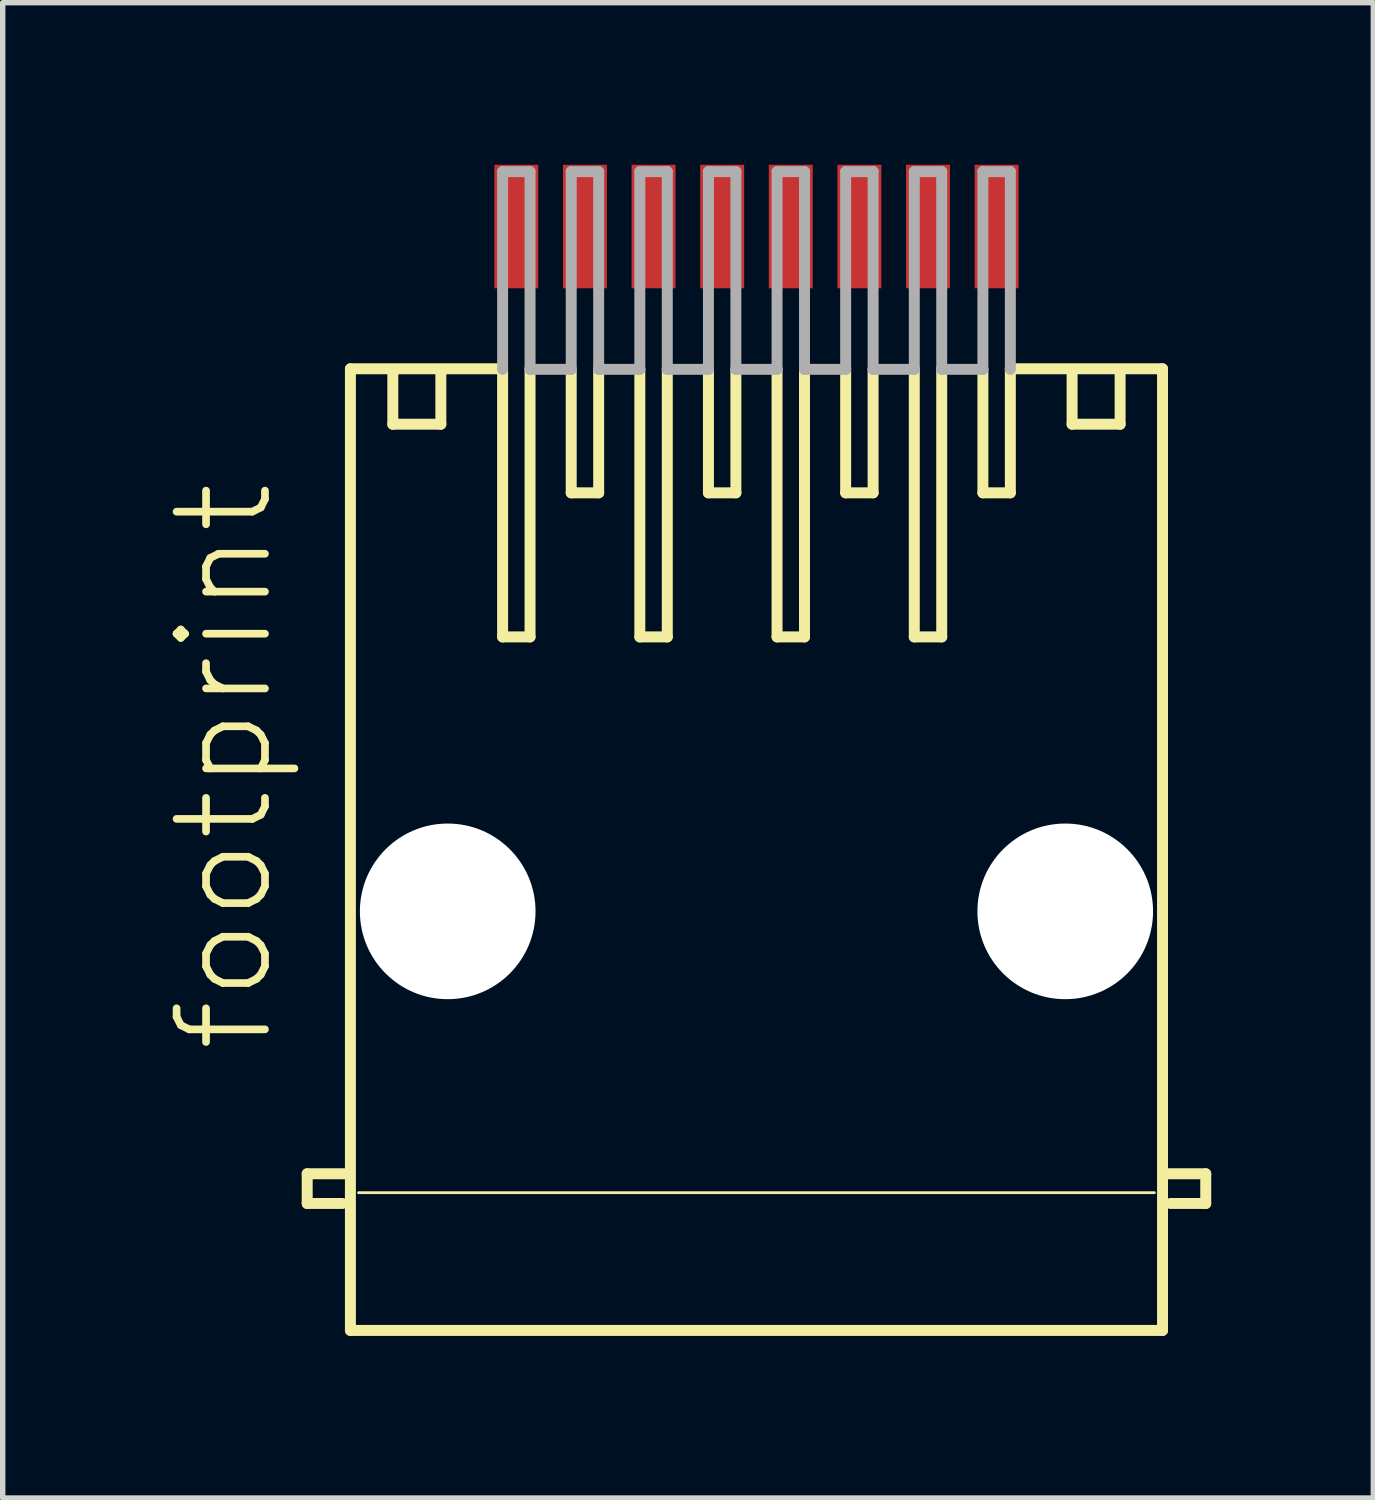
<source format=kicad_pcb>
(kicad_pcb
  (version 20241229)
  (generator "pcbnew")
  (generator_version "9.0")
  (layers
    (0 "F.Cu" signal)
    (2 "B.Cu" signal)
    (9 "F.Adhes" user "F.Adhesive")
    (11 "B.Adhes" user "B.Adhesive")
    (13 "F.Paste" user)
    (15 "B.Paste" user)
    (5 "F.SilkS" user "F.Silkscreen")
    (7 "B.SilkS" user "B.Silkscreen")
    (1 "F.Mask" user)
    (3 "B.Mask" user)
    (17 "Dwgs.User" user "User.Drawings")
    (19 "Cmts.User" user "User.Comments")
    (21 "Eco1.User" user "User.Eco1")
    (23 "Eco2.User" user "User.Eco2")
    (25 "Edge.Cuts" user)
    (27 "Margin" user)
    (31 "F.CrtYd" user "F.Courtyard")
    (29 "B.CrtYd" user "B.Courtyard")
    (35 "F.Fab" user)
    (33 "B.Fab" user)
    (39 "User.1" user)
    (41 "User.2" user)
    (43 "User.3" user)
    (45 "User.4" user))
  (footprint "footprint"
    (layer "F.Cu")
    (at 10.952 12.676)
    (property "Reference" "footprint" (at -8.89 3.81 90) (layer "F.SilkS") (effects (font (size 1.636 1.636) (thickness 0.142)) (justify left bottom)))
    (fp_line (start -8.316 6) (end -7.616 6) (stroke (width 0.203) (type solid)) (layer "F.SilkS"))
    (fp_line (start -8.316 6.55) (end -8.316 6) (stroke (width 0.203) (type solid)) (layer "F.SilkS"))
    (fp_line (start -7.666 6.55) (end -8.316 6.55) (stroke (width 0.203) (type solid)) (layer "F.SilkS"))
    (fp_line (start -7.516 -8.9) (end -4.699 -8.9) (stroke (width 0.203) (type solid)) (layer "F.SilkS"))
    (fp_line (start -7.516 8.9) (end -7.516 -8.9) (stroke (width 0.203) (type solid)) (layer "F.SilkS"))
    (fp_line (start -7.366 6.35) (end 7.366 6.35) (stroke (width 0.051) (type solid)) (layer "F.SilkS"))
    (fp_line (start -6.731 -8.89) (end -6.731 -7.874) (stroke (width 0.203) (type solid)) (layer "F.SilkS"))
    (fp_line (start -6.731 -7.874) (end -5.842 -7.874) (stroke (width 0.203) (type solid)) (layer "F.SilkS"))
    (fp_line (start -5.842 -7.874) (end -5.842 -8.89) (stroke (width 0.203) (type solid)) (layer "F.SilkS"))
    (fp_line (start -4.699 -3.937) (end -4.699 -8.89) (stroke (width 0.203) (type solid)) (layer "F.SilkS"))
    (fp_line (start -4.191 -3.937) (end -4.699 -3.937) (stroke (width 0.203) (type solid)) (layer "F.SilkS"))
    (fp_line (start -4.191 -3.937) (end -4.191 -8.9) (stroke (width 0.203) (type solid)) (layer "F.SilkS"))
    (fp_line (start -3.429 -8.89) (end -3.429 -6.604) (stroke (width 0.203) (type solid)) (layer "F.SilkS"))
    (fp_line (start -2.921 -8.89) (end -2.921 -6.604) (stroke (width 0.203) (type solid)) (layer "F.SilkS"))
    (fp_line (start -2.921 -6.604) (end -3.429 -6.604) (stroke (width 0.203) (type solid)) (layer "F.SilkS"))
    (fp_line (start -2.159 -3.937) (end -2.159 -8.89) (stroke (width 0.203) (type solid)) (layer "F.SilkS"))
    (fp_line (start -1.651 -3.937) (end -2.159 -3.937) (stroke (width 0.203) (type solid)) (layer "F.SilkS"))
    (fp_line (start -1.651 -3.937) (end -1.651 -8.9) (stroke (width 0.203) (type solid)) (layer "F.SilkS"))
    (fp_line (start -0.889 -8.89) (end -0.889 -6.604) (stroke (width 0.203) (type solid)) (layer "F.SilkS"))
    (fp_line (start -0.381 -8.89) (end -0.381 -6.604) (stroke (width 0.203) (type solid)) (layer "F.SilkS"))
    (fp_line (start -0.381 -6.604) (end -0.889 -6.604) (stroke (width 0.203) (type solid)) (layer "F.SilkS"))
    (fp_line (start 0.381 -3.937) (end 0.381 -8.89) (stroke (width 0.203) (type solid)) (layer "F.SilkS"))
    (fp_line (start 0.889 -3.937) (end 0.381 -3.937) (stroke (width 0.203) (type solid)) (layer "F.SilkS"))
    (fp_line (start 0.889 -3.937) (end 0.889 -8.9) (stroke (width 0.203) (type solid)) (layer "F.SilkS"))
    (fp_line (start 1.651 -8.89) (end 1.651 -6.604) (stroke (width 0.203) (type solid)) (layer "F.SilkS"))
    (fp_line (start 2.159 -8.89) (end 2.159 -6.604) (stroke (width 0.203) (type solid)) (layer "F.SilkS"))
    (fp_line (start 2.159 -6.604) (end 1.651 -6.604) (stroke (width 0.203) (type solid)) (layer "F.SilkS"))
    (fp_line (start 2.921 -3.937) (end 2.921 -8.89) (stroke (width 0.203) (type solid)) (layer "F.SilkS"))
    (fp_line (start 3.429 -3.937) (end 2.921 -3.937) (stroke (width 0.203) (type solid)) (layer "F.SilkS"))
    (fp_line (start 3.429 -3.937) (end 3.429 -8.9) (stroke (width 0.203) (type solid)) (layer "F.SilkS"))
    (fp_line (start 4.191 -8.89) (end 4.191 -6.604) (stroke (width 0.203) (type solid)) (layer "F.SilkS"))
    (fp_line (start 4.699 -8.9) (end 7.516 -8.9) (stroke (width 0.203) (type solid)) (layer "F.SilkS"))
    (fp_line (start 4.699 -8.89) (end 4.699 -6.604) (stroke (width 0.203) (type solid)) (layer "F.SilkS"))
    (fp_line (start 4.699 -6.604) (end 4.191 -6.604) (stroke (width 0.203) (type solid)) (layer "F.SilkS"))
    (fp_line (start 5.842 -7.874) (end 5.842 -8.89) (stroke (width 0.203) (type solid)) (layer "F.SilkS"))
    (fp_line (start 6.731 -8.89) (end 6.731 -7.874) (stroke (width 0.203) (type solid)) (layer "F.SilkS"))
    (fp_line (start 6.731 -7.874) (end 5.842 -7.874) (stroke (width 0.203) (type solid)) (layer "F.SilkS"))
    (fp_line (start 7.516 -8.9) (end 7.516 8.9) (stroke (width 0.203) (type solid)) (layer "F.SilkS"))
    (fp_line (start 7.516 8.9) (end -7.516 8.9) (stroke (width 0.203) (type solid)) (layer "F.SilkS"))
    (fp_line (start 7.666 6.55) (end 8.316 6.55) (stroke (width 0.203) (type solid)) (layer "F.SilkS"))
    (fp_line (start 8.316 6) (end 7.616 6) (stroke (width 0.203) (type solid)) (layer "F.SilkS"))
    (fp_line (start 8.316 6.55) (end 8.316 6) (stroke (width 0.203) (type solid)) (layer "F.SilkS"))
    (fp_line (start -4.699 -12.549) (end -4.699 -8.89) (stroke (width 0.203) (type solid)) (layer "F.Fab"))
    (fp_line (start -4.191 -12.549) (end -4.699 -12.549) (stroke (width 0.203) (type solid)) (layer "F.Fab"))
    (fp_line (start -4.191 -8.89) (end -4.191 -12.549) (stroke (width 0.203) (type solid)) (layer "F.Fab"))
    (fp_line (start -4.191 -8.89) (end -3.429 -8.89) (stroke (width 0.203) (type solid)) (layer "F.Fab"))
    (fp_line (start -3.429 -12.549) (end -3.429 -8.89) (stroke (width 0.203) (type solid)) (layer "F.Fab"))
    (fp_line (start -2.921 -12.549) (end -3.429 -12.549) (stroke (width 0.203) (type solid)) (layer "F.Fab"))
    (fp_line (start -2.921 -8.89) (end -2.921 -12.549) (stroke (width 0.203) (type solid)) (layer "F.Fab"))
    (fp_line (start -2.921 -8.89) (end -2.159 -8.89) (stroke (width 0.203) (type solid)) (layer "F.Fab"))
    (fp_line (start -2.159 -12.549) (end -2.159 -8.89) (stroke (width 0.203) (type solid)) (layer "F.Fab"))
    (fp_line (start -1.651 -12.549) (end -2.159 -12.549) (stroke (width 0.203) (type solid)) (layer "F.Fab"))
    (fp_line (start -1.651 -8.89) (end -1.651 -12.549) (stroke (width 0.203) (type solid)) (layer "F.Fab"))
    (fp_line (start -1.651 -8.89) (end -0.889 -8.89) (stroke (width 0.203) (type solid)) (layer "F.Fab"))
    (fp_line (start -0.889 -12.549) (end -0.889 -8.89) (stroke (width 0.203) (type solid)) (layer "F.Fab"))
    (fp_line (start -0.381 -12.549) (end -0.889 -12.549) (stroke (width 0.203) (type solid)) (layer "F.Fab"))
    (fp_line (start -0.381 -8.89) (end -0.381 -12.549) (stroke (width 0.203) (type solid)) (layer "F.Fab"))
    (fp_line (start -0.381 -8.89) (end 0.381 -8.89) (stroke (width 0.203) (type solid)) (layer "F.Fab"))
    (fp_line (start 0.381 -12.549) (end 0.381 -8.89) (stroke (width 0.203) (type solid)) (layer "F.Fab"))
    (fp_line (start 0.889 -12.549) (end 0.381 -12.549) (stroke (width 0.203) (type solid)) (layer "F.Fab"))
    (fp_line (start 0.889 -8.89) (end 0.889 -12.549) (stroke (width 0.203) (type solid)) (layer "F.Fab"))
    (fp_line (start 0.889 -8.89) (end 1.651 -8.89) (stroke (width 0.203) (type solid)) (layer "F.Fab"))
    (fp_line (start 1.651 -12.549) (end 1.651 -8.89) (stroke (width 0.203) (type solid)) (layer "F.Fab"))
    (fp_line (start 2.159 -12.549) (end 1.651 -12.549) (stroke (width 0.203) (type solid)) (layer "F.Fab"))
    (fp_line (start 2.159 -8.89) (end 2.159 -12.549) (stroke (width 0.203) (type solid)) (layer "F.Fab"))
    (fp_line (start 2.159 -8.89) (end 2.921 -8.89) (stroke (width 0.203) (type solid)) (layer "F.Fab"))
    (fp_line (start 2.921 -12.549) (end 2.921 -8.89) (stroke (width 0.203) (type solid)) (layer "F.Fab"))
    (fp_line (start 3.429 -12.549) (end 2.921 -12.549) (stroke (width 0.203) (type solid)) (layer "F.Fab"))
    (fp_line (start 3.429 -8.89) (end 3.429 -12.549) (stroke (width 0.203) (type solid)) (layer "F.Fab"))
    (fp_line (start 3.429 -8.89) (end 4.191 -8.89) (stroke (width 0.203) (type solid)) (layer "F.Fab"))
    (fp_line (start 4.191 -12.549) (end 4.191 -8.89) (stroke (width 0.203) (type solid)) (layer "F.Fab"))
    (fp_line (start 4.699 -12.549) (end 4.191 -12.549) (stroke (width 0.203) (type solid)) (layer "F.Fab"))
    (fp_line (start 4.699 -8.89) (end 4.699 -12.549) (stroke (width 0.203) (type solid)) (layer "F.Fab"))
    (pad "" np_thru_hole circle (at -5.715 1.143) (size 3.251 3.251) (drill 3.251) (layers "*.Cu" "*.Mask"))
    (pad "" np_thru_hole circle (at 5.715 1.143) (size 3.251 3.251) (drill 3.251) (layers "*.Cu" "*.Mask"))
    (pad "1" smd rect (at -4.445 -11.533) (size 0.813 2.286) (layers "F.Cu" "F.Mask" "F.Paste"))
    (pad "2" smd rect (at -3.175 -11.533) (size 0.813 2.286) (layers "F.Cu" "F.Mask" "F.Paste"))
    (pad "3" smd rect (at -1.905 -11.533) (size 0.813 2.286) (layers "F.Cu" "F.Mask" "F.Paste"))
    (pad "4" smd rect (at -0.635 -11.533) (size 0.813 2.286) (layers "F.Cu" "F.Mask" "F.Paste"))
    (pad "5" smd rect (at 0.635 -11.533) (size 0.813 2.286) (layers "F.Cu" "F.Mask" "F.Paste"))
    (pad "6" smd rect (at 1.905 -11.533) (size 0.813 2.286) (layers "F.Cu" "F.Mask" "F.Paste"))
    (pad "7" smd rect (at 3.175 -11.533) (size 0.813 2.286) (layers "F.Cu" "F.Mask" "F.Paste"))
    (pad "8" smd rect (at 4.445 -11.533) (size 0.813 2.286) (layers "F.Cu" "F.Mask" "F.Paste")))
  (gr_rect
    (start -3 -3)
    (end 22.37 24.678)
    (stroke (width 0.1) (type default))
    (fill no)
    (layer "Edge.Cuts")))
</source>
